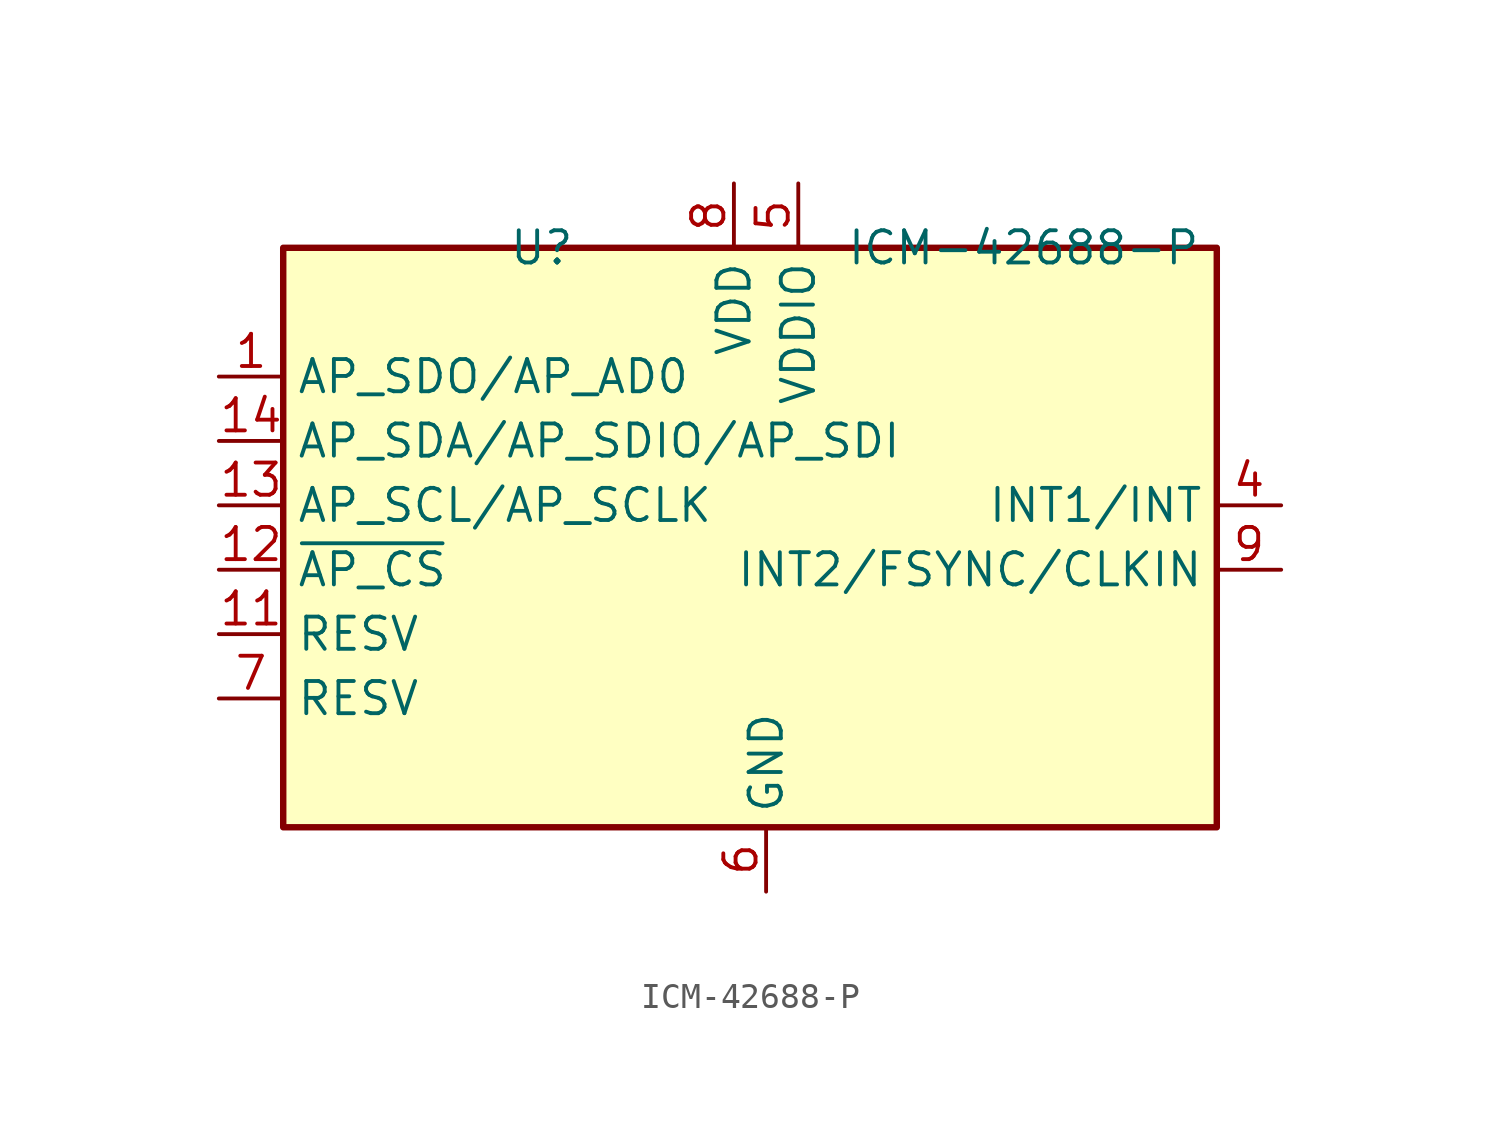
<source format=kicad_sym>
(kicad_symbol_lib
  (version 20231120)
  (generator "kicad_symbol_editor")
  (generator_version "8.0")
  (symbol "ICM-42688-P"
    (property "Reference" "U"
      (at -10.16 11.43 0)
      (effects (font (size 1.27 1.27)) (justify left)))
    (property "Value" "ICM-42688-P"
      (at 10.16 11.43 0)
      (effects (font (size 1.27 1.27))))
    (symbol "ICM-42688-P_0_1"
      (rectangle (start -19.05 11.43) (end 17.78 -11.43) (stroke (width 0.254) (type default)) (fill (type background))))
    (symbol "ICM-42688-P_1_1"
      (pin bidirectional line (at -21.59 6.35 0) (length 2.54) (name "AP_SDO/AP_AD0" (effects (font (size 1.27 1.27)))) (number "1" (effects (font (size 1.27 1.27)))))
      (pin free line (at -7.62 -13.97 90) (length 2.54) hide (name "RESV" (effects (font (size 1.27 1.27)))) (number "10" (effects (font (size 1.27 1.27)))))
      (pin passive line (at -21.59 -3.81 0) (length 2.54) (name "RESV" (effects (font (size 1.27 1.27)))) (number "11" (effects (font (size 1.27 1.27)))))
      (pin input line (at -21.59 -1.27 0) (length 2.54) (name "~{AP_CS}" (effects (font (size 1.27 1.27)))) (number "12" (effects (font (size 1.27 1.27)))))
      (pin input line (at -21.59 1.27 0) (length 2.54) (name "AP_SCL/AP_SCLK" (effects (font (size 1.27 1.27)))) (number "13" (effects (font (size 1.27 1.27)))))
      (pin bidirectional line (at -21.59 3.81 0) (length 2.54) (name "AP_SDA/AP_SDIO/AP_SDI" (effects (font (size 1.27 1.27)))) (number "14" (effects (font (size 1.27 1.27)))))
      (pin free line (at -5.08 -13.97 90) (length 2.54) hide (name "RESV" (effects (font (size 1.27 1.27)))) (number "2" (effects (font (size 1.27 1.27)))))
      (pin free line (at -2.54 -13.97 90) (length 2.54) hide (name "RESV" (effects (font (size 1.27 1.27)))) (number "3" (effects (font (size 1.27 1.27)))))
      (pin output line (at 20.32 1.27 180) (length 2.54) (name "INT1/INT" (effects (font (size 1.27 1.27)))) (number "4" (effects (font (size 1.27 1.27)))))
      (pin power_in line (at 1.27 13.97 270) (length 2.54) (name "VDDIO" (effects (font (size 1.27 1.27)))) (number "5" (effects (font (size 1.27 1.27)))))
      (pin power_in line (at 0 -13.97 90) (length 2.54) (name "GND" (effects (font (size 1.27 1.27)))) (number "6" (effects (font (size 1.27 1.27)))))
      (pin passive line (at -21.59 -6.35 0) (length 2.54) (name "RESV" (effects (font (size 1.27 1.27)))) (number "7" (effects (font (size 1.27 1.27)))))
      (pin power_in line (at -1.27 13.97 270) (length 2.54) (name "VDD" (effects (font (size 1.27 1.27)))) (number "8" (effects (font (size 1.27 1.27)))))
      (pin bidirectional line (at 20.32 -1.27 180) (length 2.54) (name "INT2/FSYNC/CLKIN" (effects (font (size 1.27 1.27)))) (number "9" (effects (font (size 1.27 1.27))))))))
</source>
